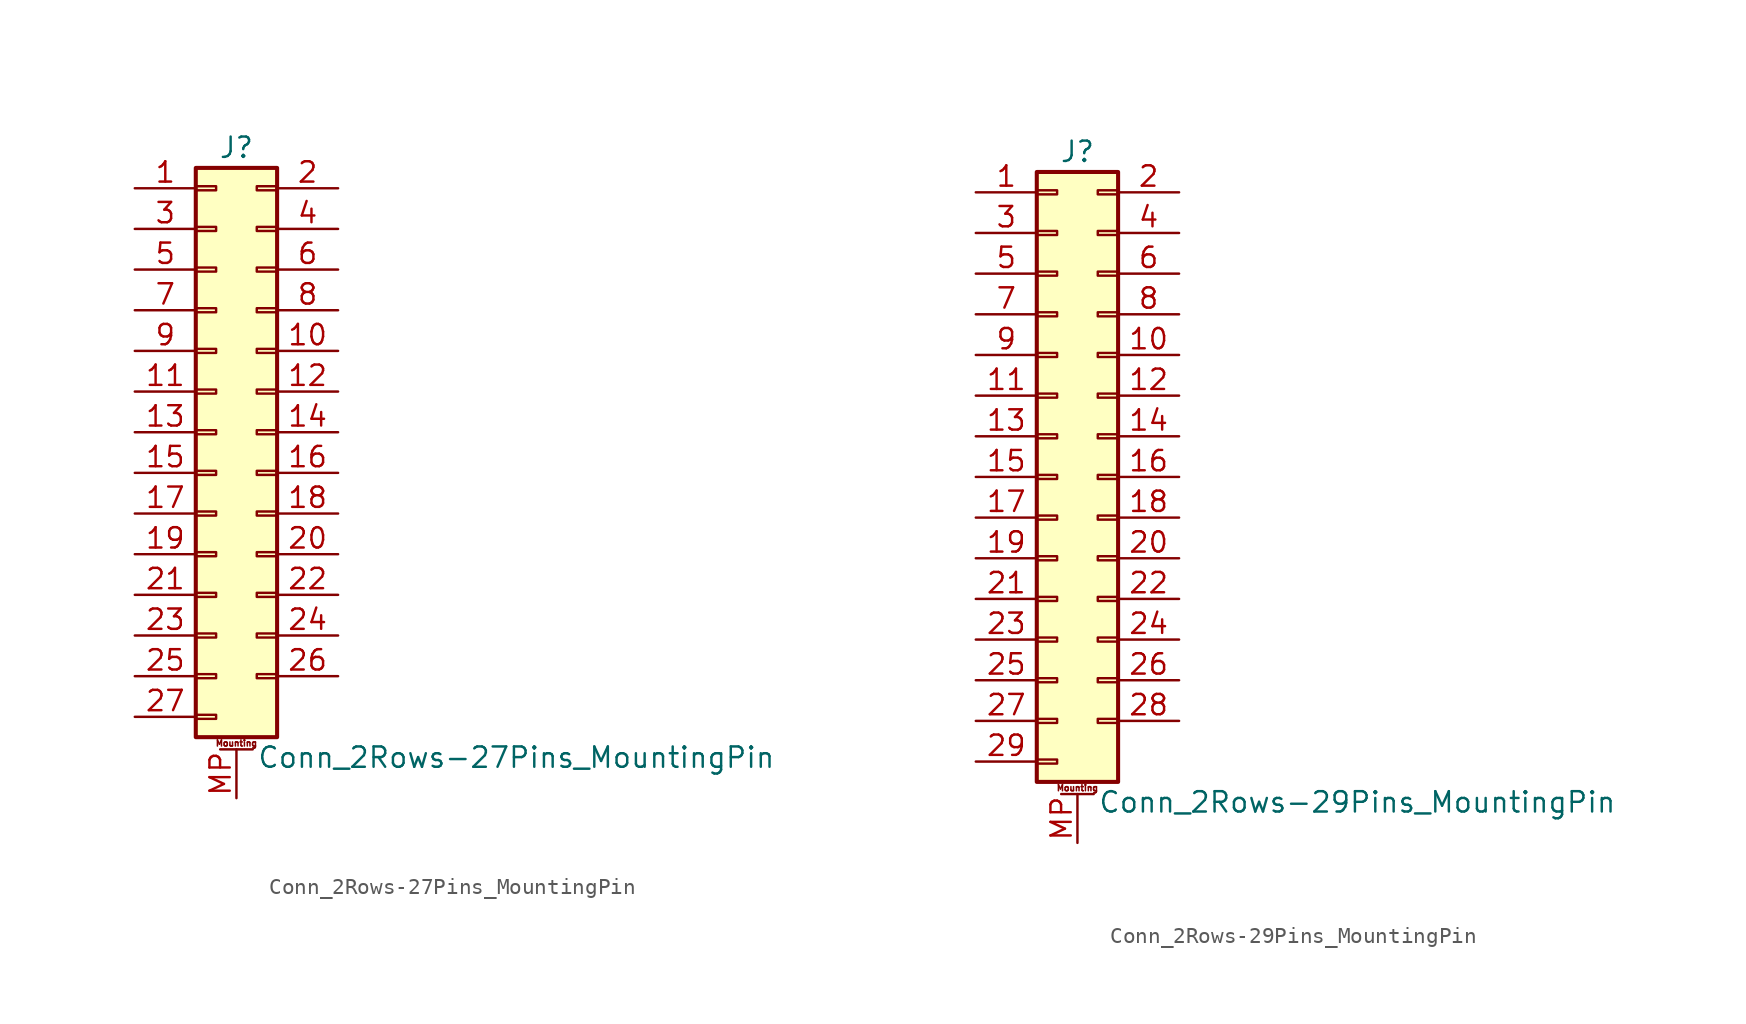
<source format=kicad_sym>
(kicad_symbol_lib
  (version 20200908)
  (generator kicad_symbol_editor)
  (symbol "Connector_Generic_MountingPin:Conn_2Rows-27Pins_MountingPin"
    (pin_names
      (offset 1.016) hide)
    (property "Reference" "J"
      (at 1.27 17.78 0)
      (effects (font (size 1.27 1.27))))
    (property "Value" "Conn_2Rows-27Pins_MountingPin"
      (at 2.54 -20.32 0)
      (effects (font (size 1.27 1.27)) (justify left)))
    (symbol "Conn_2Rows-27Pins_MountingPin_1_1"
      (text "Mounting" (at 1.27 -19.431 0) (effects (font (size 0.381 0.381))))
      (rectangle (start -1.27 -4.953) (end 0 -5.207) (stroke (width 0.152)) (fill (type none)))
      (rectangle (start -1.27 -7.493) (end 0 -7.747) (stroke (width 0.152)) (fill (type none)))
      (rectangle (start -1.27 -10.033) (end 0 -10.287) (stroke (width 0.152)) (fill (type none)))
      (rectangle (start -1.27 -12.573) (end 0 -12.827) (stroke (width 0.152)) (fill (type none)))
      (rectangle (start -1.27 -15.113) (end 0 -15.367) (stroke (width 0.152)) (fill (type none)))
      (rectangle (start -1.27 -17.653) (end 0 -17.907) (stroke (width 0.152)) (fill (type none)))
      (rectangle (start -1.27 -2.413) (end 0 -2.667) (stroke (width 0.152)) (fill (type none)))
      (rectangle (start -1.27 2.667) (end 0 2.413) (stroke (width 0.152)) (fill (type none)))
      (rectangle (start -1.27 5.207) (end 0 4.953) (stroke (width 0.152)) (fill (type none)))
      (rectangle (start -1.27 7.747) (end 0 7.493) (stroke (width 0.152)) (fill (type none)))
      (rectangle (start -1.27 10.287) (end 0 10.033) (stroke (width 0.152)) (fill (type none)))
      (rectangle (start -1.27 0.127) (end 0 -0.127) (stroke (width 0.152)) (fill (type none)))
      (rectangle (start -1.27 12.827) (end 0 12.573) (stroke (width 0.152)) (fill (type none)))
      (rectangle (start -1.27 15.367) (end 0 15.113) (stroke (width 0.152)) (fill (type none)))
      (rectangle (start -1.27 16.51) (end 3.81 -19.05) (stroke (width 0.254)) (fill (type background)))
      (rectangle (start 3.81 -4.953) (end 2.54 -5.207) (stroke (width 0.152)) (fill (type none)))
      (rectangle (start 3.81 -7.493) (end 2.54 -7.747) (stroke (width 0.152)) (fill (type none)))
      (rectangle (start 3.81 -10.033) (end 2.54 -10.287) (stroke (width 0.152)) (fill (type none)))
      (rectangle (start 3.81 -12.573) (end 2.54 -12.827) (stroke (width 0.152)) (fill (type none)))
      (rectangle (start 3.81 -15.113) (end 2.54 -15.367) (stroke (width 0.152)) (fill (type none)))
      (rectangle (start 3.81 -2.413) (end 2.54 -2.667) (stroke (width 0.152)) (fill (type none)))
      (rectangle (start 3.81 2.667) (end 2.54 2.413) (stroke (width 0.152)) (fill (type none)))
      (rectangle (start 3.81 5.207) (end 2.54 4.953) (stroke (width 0.152)) (fill (type none)))
      (rectangle (start 3.81 7.747) (end 2.54 7.493) (stroke (width 0.152)) (fill (type none)))
      (rectangle (start 3.81 10.287) (end 2.54 10.033) (stroke (width 0.152)) (fill (type none)))
      (rectangle (start 3.81 0.127) (end 2.54 -0.127) (stroke (width 0.152)) (fill (type none)))
      (rectangle (start 3.81 12.827) (end 2.54 12.573) (stroke (width 0.152)) (fill (type none)))
      (rectangle (start 3.81 15.367) (end 2.54 15.113) (stroke (width 0.152)) (fill (type none)))
      (polyline (pts (xy 0.254 -19.812) (xy 2.286 -19.812)) (stroke (width 0.152)) (fill (type none)))
      (pin passive line (at 1.27 -22.86 90) (length 3.048) (name "MountPin" (effects (font (size 1.27 1.27)))) (number "MP" (effects (font (size 1.27 1.27)))))
      (pin passive line (at -5.08 15.24 0) (length 3.81) (name "Pin_1" (effects (font (size 1.27 1.27)))) (number "1" (effects (font (size 1.27 1.27)))))
      (pin passive line (at 7.62 5.08 180) (length 3.81) (name "Pin_10" (effects (font (size 1.27 1.27)))) (number "10" (effects (font (size 1.27 1.27)))))
      (pin passive line (at -5.08 2.54 0) (length 3.81) (name "Pin_11" (effects (font (size 1.27 1.27)))) (number "11" (effects (font (size 1.27 1.27)))))
      (pin passive line (at 7.62 2.54 180) (length 3.81) (name "Pin_12" (effects (font (size 1.27 1.27)))) (number "12" (effects (font (size 1.27 1.27)))))
      (pin passive line (at -5.08 0 0) (length 3.81) (name "Pin_13" (effects (font (size 1.27 1.27)))) (number "13" (effects (font (size 1.27 1.27)))))
      (pin passive line (at 7.62 0 180) (length 3.81) (name "Pin_14" (effects (font (size 1.27 1.27)))) (number "14" (effects (font (size 1.27 1.27)))))
      (pin passive line (at -5.08 -2.54 0) (length 3.81) (name "Pin_15" (effects (font (size 1.27 1.27)))) (number "15" (effects (font (size 1.27 1.27)))))
      (pin passive line (at 7.62 -2.54 180) (length 3.81) (name "Pin_16" (effects (font (size 1.27 1.27)))) (number "16" (effects (font (size 1.27 1.27)))))
      (pin passive line (at -5.08 -5.08 0) (length 3.81) (name "Pin_17" (effects (font (size 1.27 1.27)))) (number "17" (effects (font (size 1.27 1.27)))))
      (pin passive line (at 7.62 -5.08 180) (length 3.81) (name "Pin_18" (effects (font (size 1.27 1.27)))) (number "18" (effects (font (size 1.27 1.27)))))
      (pin passive line (at -5.08 -7.62 0) (length 3.81) (name "Pin_19" (effects (font (size 1.27 1.27)))) (number "19" (effects (font (size 1.27 1.27)))))
      (pin passive line (at 7.62 15.24 180) (length 3.81) (name "Pin_2" (effects (font (size 1.27 1.27)))) (number "2" (effects (font (size 1.27 1.27)))))
      (pin passive line (at 7.62 -7.62 180) (length 3.81) (name "Pin_20" (effects (font (size 1.27 1.27)))) (number "20" (effects (font (size 1.27 1.27)))))
      (pin passive line (at -5.08 -10.16 0) (length 3.81) (name "Pin_21" (effects (font (size 1.27 1.27)))) (number "21" (effects (font (size 1.27 1.27)))))
      (pin passive line (at 7.62 -10.16 180) (length 3.81) (name "Pin_22" (effects (font (size 1.27 1.27)))) (number "22" (effects (font (size 1.27 1.27)))))
      (pin passive line (at -5.08 -12.7 0) (length 3.81) (name "Pin_23" (effects (font (size 1.27 1.27)))) (number "23" (effects (font (size 1.27 1.27)))))
      (pin passive line (at 7.62 -12.7 180) (length 3.81) (name "Pin_24" (effects (font (size 1.27 1.27)))) (number "24" (effects (font (size 1.27 1.27)))))
      (pin passive line (at -5.08 -15.24 0) (length 3.81) (name "Pin_25" (effects (font (size 1.27 1.27)))) (number "25" (effects (font (size 1.27 1.27)))))
      (pin passive line (at 7.62 -15.24 180) (length 3.81) (name "Pin_26" (effects (font (size 1.27 1.27)))) (number "26" (effects (font (size 1.27 1.27)))))
      (pin passive line (at -5.08 -17.78 0) (length 3.81) (name "Pin_27" (effects (font (size 1.27 1.27)))) (number "27" (effects (font (size 1.27 1.27)))))
      (pin passive line (at -5.08 12.7 0) (length 3.81) (name "Pin_3" (effects (font (size 1.27 1.27)))) (number "3" (effects (font (size 1.27 1.27)))))
      (pin passive line (at 7.62 12.7 180) (length 3.81) (name "Pin_4" (effects (font (size 1.27 1.27)))) (number "4" (effects (font (size 1.27 1.27)))))
      (pin passive line (at -5.08 10.16 0) (length 3.81) (name "Pin_5" (effects (font (size 1.27 1.27)))) (number "5" (effects (font (size 1.27 1.27)))))
      (pin passive line (at 7.62 10.16 180) (length 3.81) (name "Pin_6" (effects (font (size 1.27 1.27)))) (number "6" (effects (font (size 1.27 1.27)))))
      (pin passive line (at -5.08 7.62 0) (length 3.81) (name "Pin_7" (effects (font (size 1.27 1.27)))) (number "7" (effects (font (size 1.27 1.27)))))
      (pin passive line (at 7.62 7.62 180) (length 3.81) (name "Pin_8" (effects (font (size 1.27 1.27)))) (number "8" (effects (font (size 1.27 1.27)))))
      (pin passive line (at -5.08 5.08 0) (length 3.81) (name "Pin_9" (effects (font (size 1.27 1.27)))) (number "9" (effects (font (size 1.27 1.27)))))))
  (symbol "Connector_Generic_MountingPin:Conn_2Rows-29Pins_MountingPin"
    (pin_names
      (offset 1.016) hide)
    (property "Reference" "J"
      (at 1.27 20.32 0)
      (effects (font (size 1.27 1.27))))
    (property "Value" "Conn_2Rows-29Pins_MountingPin"
      (at 2.54 -20.32 0)
      (effects (font (size 1.27 1.27)) (justify left)))
    (symbol "Conn_2Rows-29Pins_MountingPin_1_1"
      (text "Mounting" (at 1.27 -19.431 0) (effects (font (size 0.381 0.381))))
      (rectangle (start -1.27 -4.953) (end 0 -5.207) (stroke (width 0.152)) (fill (type none)))
      (rectangle (start -1.27 -7.493) (end 0 -7.747) (stroke (width 0.152)) (fill (type none)))
      (rectangle (start -1.27 -10.033) (end 0 -10.287) (stroke (width 0.152)) (fill (type none)))
      (rectangle (start -1.27 -12.573) (end 0 -12.827) (stroke (width 0.152)) (fill (type none)))
      (rectangle (start -1.27 -15.113) (end 0 -15.367) (stroke (width 0.152)) (fill (type none)))
      (rectangle (start -1.27 -17.653) (end 0 -17.907) (stroke (width 0.152)) (fill (type none)))
      (rectangle (start -1.27 -2.413) (end 0 -2.667) (stroke (width 0.152)) (fill (type none)))
      (rectangle (start -1.27 2.667) (end 0 2.413) (stroke (width 0.152)) (fill (type none)))
      (rectangle (start -1.27 5.207) (end 0 4.953) (stroke (width 0.152)) (fill (type none)))
      (rectangle (start -1.27 7.747) (end 0 7.493) (stroke (width 0.152)) (fill (type none)))
      (rectangle (start -1.27 10.287) (end 0 10.033) (stroke (width 0.152)) (fill (type none)))
      (rectangle (start -1.27 0.127) (end 0 -0.127) (stroke (width 0.152)) (fill (type none)))
      (rectangle (start -1.27 12.827) (end 0 12.573) (stroke (width 0.152)) (fill (type none)))
      (rectangle (start -1.27 15.367) (end 0 15.113) (stroke (width 0.152)) (fill (type none)))
      (rectangle (start -1.27 17.907) (end 0 17.653) (stroke (width 0.152)) (fill (type none)))
      (rectangle (start -1.27 19.05) (end 3.81 -19.05) (stroke (width 0.254)) (fill (type background)))
      (rectangle (start 3.81 -4.953) (end 2.54 -5.207) (stroke (width 0.152)) (fill (type none)))
      (rectangle (start 3.81 -7.493) (end 2.54 -7.747) (stroke (width 0.152)) (fill (type none)))
      (rectangle (start 3.81 -10.033) (end 2.54 -10.287) (stroke (width 0.152)) (fill (type none)))
      (rectangle (start 3.81 -12.573) (end 2.54 -12.827) (stroke (width 0.152)) (fill (type none)))
      (rectangle (start 3.81 -15.113) (end 2.54 -15.367) (stroke (width 0.152)) (fill (type none)))
      (rectangle (start 3.81 -2.413) (end 2.54 -2.667) (stroke (width 0.152)) (fill (type none)))
      (rectangle (start 3.81 2.667) (end 2.54 2.413) (stroke (width 0.152)) (fill (type none)))
      (rectangle (start 3.81 5.207) (end 2.54 4.953) (stroke (width 0.152)) (fill (type none)))
      (rectangle (start 3.81 7.747) (end 2.54 7.493) (stroke (width 0.152)) (fill (type none)))
      (rectangle (start 3.81 10.287) (end 2.54 10.033) (stroke (width 0.152)) (fill (type none)))
      (rectangle (start 3.81 0.127) (end 2.54 -0.127) (stroke (width 0.152)) (fill (type none)))
      (rectangle (start 3.81 12.827) (end 2.54 12.573) (stroke (width 0.152)) (fill (type none)))
      (rectangle (start 3.81 15.367) (end 2.54 15.113) (stroke (width 0.152)) (fill (type none)))
      (rectangle (start 3.81 17.907) (end 2.54 17.653) (stroke (width 0.152)) (fill (type none)))
      (polyline (pts (xy 0.254 -19.812) (xy 2.286 -19.812)) (stroke (width 0.152)) (fill (type none)))
      (pin passive line (at 1.27 -22.86 90) (length 3.048) (name "MountPin" (effects (font (size 1.27 1.27)))) (number "MP" (effects (font (size 1.27 1.27)))))
      (pin passive line (at -5.08 17.78 0) (length 3.81) (name "Pin_1" (effects (font (size 1.27 1.27)))) (number "1" (effects (font (size 1.27 1.27)))))
      (pin passive line (at 7.62 7.62 180) (length 3.81) (name "Pin_10" (effects (font (size 1.27 1.27)))) (number "10" (effects (font (size 1.27 1.27)))))
      (pin passive line (at -5.08 5.08 0) (length 3.81) (name "Pin_11" (effects (font (size 1.27 1.27)))) (number "11" (effects (font (size 1.27 1.27)))))
      (pin passive line (at 7.62 5.08 180) (length 3.81) (name "Pin_12" (effects (font (size 1.27 1.27)))) (number "12" (effects (font (size 1.27 1.27)))))
      (pin passive line (at -5.08 2.54 0) (length 3.81) (name "Pin_13" (effects (font (size 1.27 1.27)))) (number "13" (effects (font (size 1.27 1.27)))))
      (pin passive line (at 7.62 2.54 180) (length 3.81) (name "Pin_14" (effects (font (size 1.27 1.27)))) (number "14" (effects (font (size 1.27 1.27)))))
      (pin passive line (at -5.08 0 0) (length 3.81) (name "Pin_15" (effects (font (size 1.27 1.27)))) (number "15" (effects (font (size 1.27 1.27)))))
      (pin passive line (at 7.62 0 180) (length 3.81) (name "Pin_16" (effects (font (size 1.27 1.27)))) (number "16" (effects (font (size 1.27 1.27)))))
      (pin passive line (at -5.08 -2.54 0) (length 3.81) (name "Pin_17" (effects (font (size 1.27 1.27)))) (number "17" (effects (font (size 1.27 1.27)))))
      (pin passive line (at 7.62 -2.54 180) (length 3.81) (name "Pin_18" (effects (font (size 1.27 1.27)))) (number "18" (effects (font (size 1.27 1.27)))))
      (pin passive line (at -5.08 -5.08 0) (length 3.81) (name "Pin_19" (effects (font (size 1.27 1.27)))) (number "19" (effects (font (size 1.27 1.27)))))
      (pin passive line (at 7.62 17.78 180) (length 3.81) (name "Pin_2" (effects (font (size 1.27 1.27)))) (number "2" (effects (font (size 1.27 1.27)))))
      (pin passive line (at 7.62 -5.08 180) (length 3.81) (name "Pin_20" (effects (font (size 1.27 1.27)))) (number "20" (effects (font (size 1.27 1.27)))))
      (pin passive line (at -5.08 -7.62 0) (length 3.81) (name "Pin_21" (effects (font (size 1.27 1.27)))) (number "21" (effects (font (size 1.27 1.27)))))
      (pin passive line (at 7.62 -7.62 180) (length 3.81) (name "Pin_22" (effects (font (size 1.27 1.27)))) (number "22" (effects (font (size 1.27 1.27)))))
      (pin passive line (at -5.08 -10.16 0) (length 3.81) (name "Pin_23" (effects (font (size 1.27 1.27)))) (number "23" (effects (font (size 1.27 1.27)))))
      (pin passive line (at 7.62 -10.16 180) (length 3.81) (name "Pin_24" (effects (font (size 1.27 1.27)))) (number "24" (effects (font (size 1.27 1.27)))))
      (pin passive line (at -5.08 -12.7 0) (length 3.81) (name "Pin_25" (effects (font (size 1.27 1.27)))) (number "25" (effects (font (size 1.27 1.27)))))
      (pin passive line (at 7.62 -12.7 180) (length 3.81) (name "Pin_26" (effects (font (size 1.27 1.27)))) (number "26" (effects (font (size 1.27 1.27)))))
      (pin passive line (at -5.08 -15.24 0) (length 3.81) (name "Pin_27" (effects (font (size 1.27 1.27)))) (number "27" (effects (font (size 1.27 1.27)))))
      (pin passive line (at 7.62 -15.24 180) (length 3.81) (name "Pin_28" (effects (font (size 1.27 1.27)))) (number "28" (effects (font (size 1.27 1.27)))))
      (pin passive line (at -5.08 -17.78 0) (length 3.81) (name "Pin_29" (effects (font (size 1.27 1.27)))) (number "29" (effects (font (size 1.27 1.27)))))
      (pin passive line (at -5.08 15.24 0) (length 3.81) (name "Pin_3" (effects (font (size 1.27 1.27)))) (number "3" (effects (font (size 1.27 1.27)))))
      (pin passive line (at 7.62 15.24 180) (length 3.81) (name "Pin_4" (effects (font (size 1.27 1.27)))) (number "4" (effects (font (size 1.27 1.27)))))
      (pin passive line (at -5.08 12.7 0) (length 3.81) (name "Pin_5" (effects (font (size 1.27 1.27)))) (number "5" (effects (font (size 1.27 1.27)))))
      (pin passive line (at 7.62 12.7 180) (length 3.81) (name "Pin_6" (effects (font (size 1.27 1.27)))) (number "6" (effects (font (size 1.27 1.27)))))
      (pin passive line (at -5.08 10.16 0) (length 3.81) (name "Pin_7" (effects (font (size 1.27 1.27)))) (number "7" (effects (font (size 1.27 1.27)))))
      (pin passive line (at 7.62 10.16 180) (length 3.81) (name "Pin_8" (effects (font (size 1.27 1.27)))) (number "8" (effects (font (size 1.27 1.27)))))
      (pin passive line (at -5.08 7.62 0) (length 3.81) (name "Pin_9" (effects (font (size 1.27 1.27)))) (number "9" (effects (font (size 1.27 1.27))))))))
</source>
